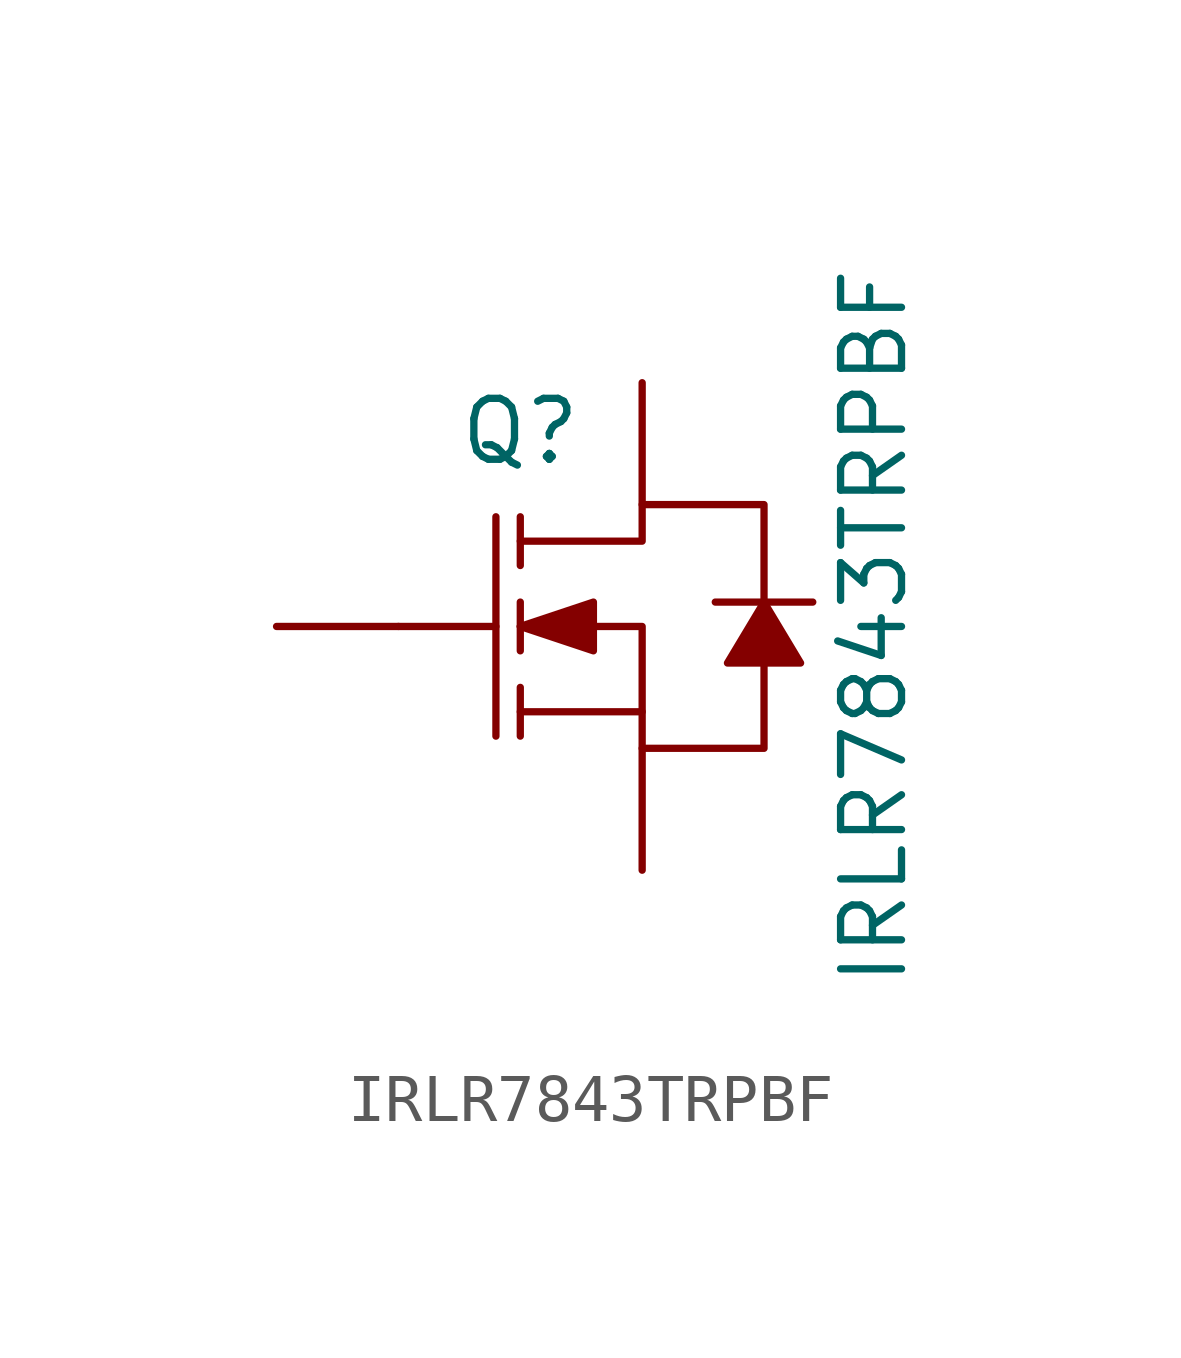
<source format=kicad_sym>
(kicad_symbol_lib
  (version 20231120)
  (generator "kicad_symbol_editor")
  (generator_version "8.0")
  (symbol "IRLR7843TRPBF"
    (pin_numbers hide)
    (pin_names
      (offset 1.016) hide)
    (property "Reference" "Q"
      (at 0 4.064 0)
      (effects (font (size 1.27 1.27))))
    (property "Value" "IRLR7843TRPBF"
      (at 7.366 0 90)
      (effects (font (size 1.27 1.27))))
    (symbol "IRLR7843TRPBF_1_1"
      (polyline (pts (xy -2.54 0) (xy -0.508 0)) (stroke (width 0.152) (type solid)) (fill (type none)))
      (polyline (pts (xy -0.508 2.286) (xy -0.508 -2.286)) (stroke (width 0.152) (type solid)) (fill (type none)))
      (polyline (pts (xy 0 -2.286) (xy 0 -1.27)) (stroke (width 0.152) (type solid)) (fill (type none)))
      (polyline (pts (xy 0 -0.508) (xy 0 0.508)) (stroke (width 0.152) (type solid)) (fill (type none)))
      (polyline (pts (xy 0 2.286) (xy 0 1.27)) (stroke (width 0.152) (type solid)) (fill (type none)))
      (polyline (pts (xy 2.54 -1.778) (xy 0 -1.778)) (stroke (width 0.152) (type solid)) (fill (type none)))
      (polyline (pts (xy 0 0) (xy 1.524 -0.508) (xy 1.524 0.508) (xy 0 0)) (stroke (width 0.152) (type solid)) (fill (type outline)))
      (polyline (pts (xy 5.08 0.508) (xy 4.318 -0.762) (xy 5.842 -0.762) (xy 5.08 0.508)) (stroke (width 0.152) (type solid)) (fill (type outline)))
      (polyline (pts (xy 6.096 0.508) (xy 5.588 0.508) (xy 4.572 0.508) (xy 4.064 0.508)) (stroke (width 0.152) (type solid)) (fill (type none)))
      (polyline (pts (xy 0 0) (xy 2.54 0) (xy 2.54 -2.54) (xy 5.08 -2.54) (xy 5.08 -2.54) (xy 5.08 -0.762)) (stroke (width 0.152) (type solid)) (fill (type none)))
      (polyline (pts (xy 0 1.778) (xy 2.54 1.778) (xy 2.54 2.54) (xy 5.08 2.54) (xy 5.08 2.54) (xy 5.08 2.54) (xy 5.08 0.508)) (stroke (width 0.152) (type solid)) (fill (type none)))
      (pin input line (at -5.08 0 0) (length 2.54) (name "G" (effects (font (size 1.27 1.27)))) (number "1" (effects (font (size 1.27 1.27)))))
      (pin input line (at 2.54 5.08 270) (length 2.54) (name "D" (effects (font (size 1.27 1.27)))) (number "2" (effects (font (size 1.27 1.27)))))
      (pin input line (at 2.54 -5.08 90) (length 2.54) (name "S" (effects (font (size 1.27 1.27)))) (number "3" (effects (font (size 1.27 1.27))))))))
</source>
